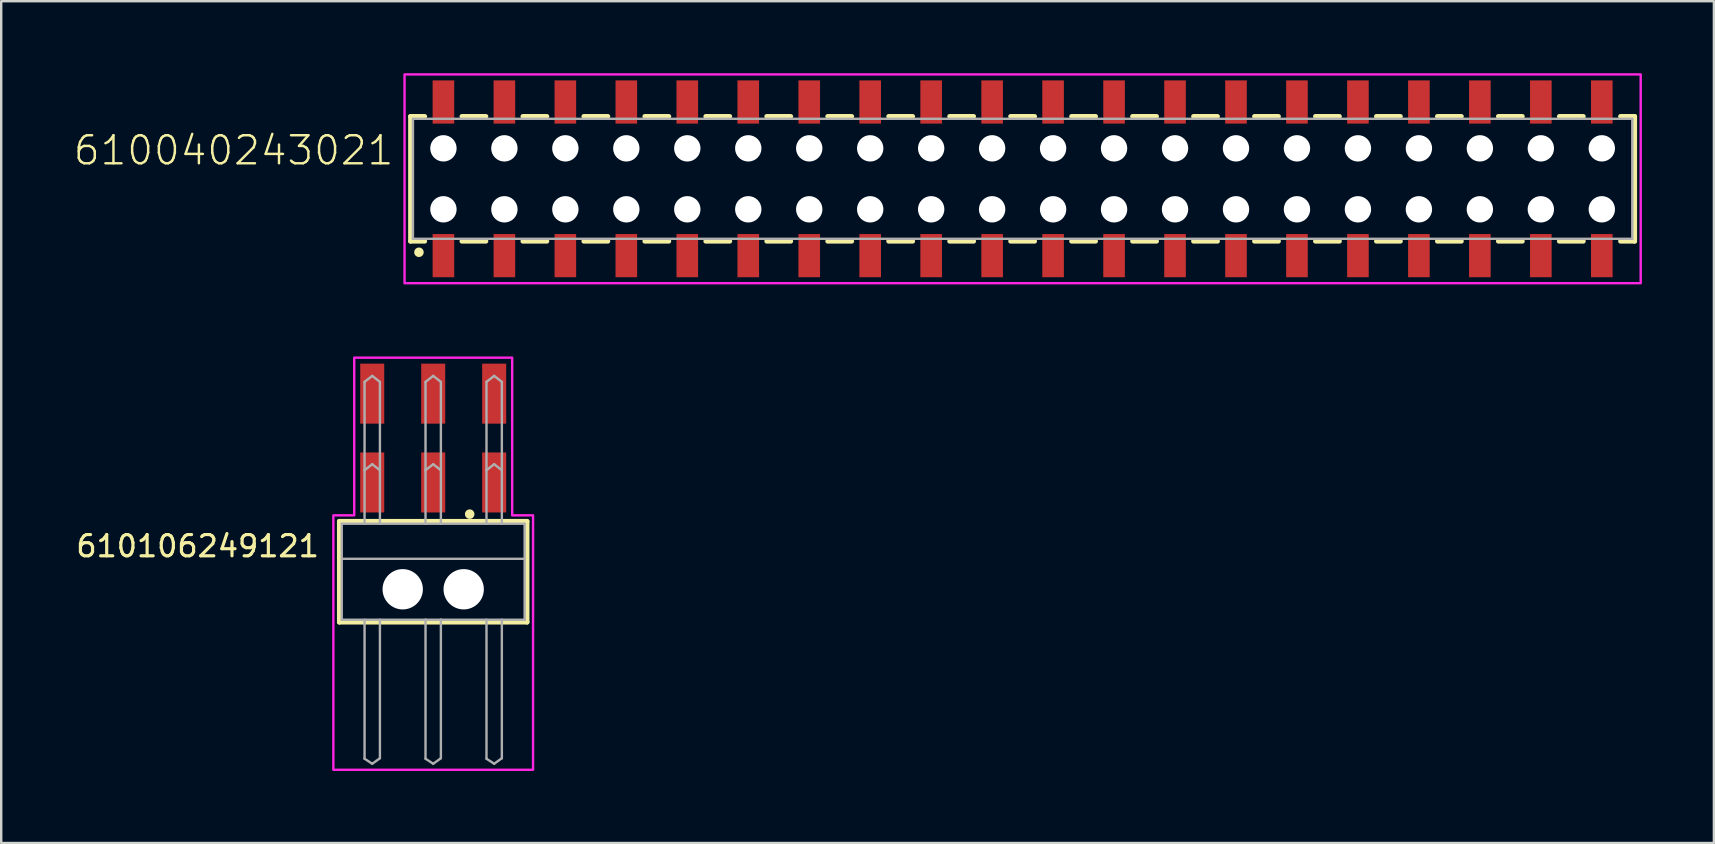
<source format=kicad_pcb>
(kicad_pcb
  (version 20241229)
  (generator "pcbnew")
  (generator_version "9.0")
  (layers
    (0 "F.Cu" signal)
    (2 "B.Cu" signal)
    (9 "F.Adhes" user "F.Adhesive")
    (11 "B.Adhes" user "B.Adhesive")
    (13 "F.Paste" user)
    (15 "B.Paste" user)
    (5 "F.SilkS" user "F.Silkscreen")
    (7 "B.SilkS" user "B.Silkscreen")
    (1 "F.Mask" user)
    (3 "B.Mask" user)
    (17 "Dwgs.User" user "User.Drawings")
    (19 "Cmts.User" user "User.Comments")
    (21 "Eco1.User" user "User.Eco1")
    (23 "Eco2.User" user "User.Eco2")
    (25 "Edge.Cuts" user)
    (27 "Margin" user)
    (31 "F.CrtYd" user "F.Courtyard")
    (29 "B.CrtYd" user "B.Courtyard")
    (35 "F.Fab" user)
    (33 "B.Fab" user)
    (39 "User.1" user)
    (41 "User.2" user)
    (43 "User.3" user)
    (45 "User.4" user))
  (footprint "610040243021"
    (layer "F.Cu")
    (at 38.284 4.4)
    (property "Reference" "610040243021" (at -24.86 -0.5 0) (unlocked yes) (layer "F.SilkS") (effects (font (size 1.168 1.168) (thickness 0.102)) (justify right bottom)))
    (fp_line (start -24.23 -2.6) (end -24.23 2.6) (stroke (width 0.2) (type solid)) (layer "F.SilkS"))
    (fp_line (start -24.23 2.6) (end -23.64 2.6) (stroke (width 0.2) (type solid)) (layer "F.SilkS"))
    (fp_line (start -23.64 -2.6) (end -24.23 -2.6) (stroke (width 0.2) (type solid)) (layer "F.SilkS"))
    (fp_line (start -22.09 2.6) (end -21.09 2.6) (stroke (width 0.2) (type solid)) (layer "F.SilkS"))
    (fp_line (start -21.09 -2.6) (end -22.09 -2.6) (stroke (width 0.2) (type solid)) (layer "F.SilkS"))
    (fp_line (start -19.55 2.6) (end -18.55 2.6) (stroke (width 0.2) (type solid)) (layer "F.SilkS"))
    (fp_line (start -18.55 -2.6) (end -19.55 -2.6) (stroke (width 0.2) (type solid)) (layer "F.SilkS"))
    (fp_line (start -17.01 2.6) (end -16.01 2.6) (stroke (width 0.2) (type solid)) (layer "F.SilkS"))
    (fp_line (start -16.01 -2.6) (end -17.01 -2.6) (stroke (width 0.2) (type solid)) (layer "F.SilkS"))
    (fp_line (start -14.47 2.6) (end -13.47 2.6) (stroke (width 0.2) (type solid)) (layer "F.SilkS"))
    (fp_line (start -13.47 -2.6) (end -14.47 -2.6) (stroke (width 0.2) (type solid)) (layer "F.SilkS"))
    (fp_line (start -11.93 2.6) (end -10.93 2.6) (stroke (width 0.2) (type solid)) (layer "F.SilkS"))
    (fp_line (start -10.93 -2.6) (end -11.93 -2.6) (stroke (width 0.2) (type solid)) (layer "F.SilkS"))
    (fp_line (start -9.39 2.6) (end -8.39 2.6) (stroke (width 0.2) (type solid)) (layer "F.SilkS"))
    (fp_line (start -8.39 -2.6) (end -9.39 -2.6) (stroke (width 0.2) (type solid)) (layer "F.SilkS"))
    (fp_line (start -6.85 2.6) (end -5.85 2.6) (stroke (width 0.2) (type solid)) (layer "F.SilkS"))
    (fp_line (start -5.85 -2.6) (end -6.85 -2.6) (stroke (width 0.2) (type solid)) (layer "F.SilkS"))
    (fp_line (start -4.31 2.6) (end -3.31 2.6) (stroke (width 0.2) (type solid)) (layer "F.SilkS"))
    (fp_line (start -3.31 -2.6) (end -4.31 -2.6) (stroke (width 0.2) (type solid)) (layer "F.SilkS"))
    (fp_line (start -1.77 2.6) (end -0.77 2.6) (stroke (width 0.2) (type solid)) (layer "F.SilkS"))
    (fp_line (start -0.77 -2.6) (end -1.77 -2.6) (stroke (width 0.2) (type solid)) (layer "F.SilkS"))
    (fp_line (start 0.77 2.6) (end 1.77 2.6) (stroke (width 0.2) (type solid)) (layer "F.SilkS"))
    (fp_line (start 1.77 -2.6) (end 0.77 -2.6) (stroke (width 0.2) (type solid)) (layer "F.SilkS"))
    (fp_line (start 3.31 2.6) (end 4.31 2.6) (stroke (width 0.2) (type solid)) (layer "F.SilkS"))
    (fp_line (start 4.31 -2.6) (end 3.31 -2.6) (stroke (width 0.2) (type solid)) (layer "F.SilkS"))
    (fp_line (start 5.85 2.6) (end 6.85 2.6) (stroke (width 0.2) (type solid)) (layer "F.SilkS"))
    (fp_line (start 6.85 -2.6) (end 5.85 -2.6) (stroke (width 0.2) (type solid)) (layer "F.SilkS"))
    (fp_line (start 8.39 2.6) (end 9.39 2.6) (stroke (width 0.2) (type solid)) (layer "F.SilkS"))
    (fp_line (start 9.39 -2.6) (end 8.39 -2.6) (stroke (width 0.2) (type solid)) (layer "F.SilkS"))
    (fp_line (start 10.93 2.6) (end 11.93 2.6) (stroke (width 0.2) (type solid)) (layer "F.SilkS"))
    (fp_line (start 11.93 -2.6) (end 10.93 -2.6) (stroke (width 0.2) (type solid)) (layer "F.SilkS"))
    (fp_line (start 13.47 2.6) (end 14.47 2.6) (stroke (width 0.2) (type solid)) (layer "F.SilkS"))
    (fp_line (start 14.47 -2.6) (end 13.47 -2.6) (stroke (width 0.2) (type solid)) (layer "F.SilkS"))
    (fp_line (start 16.01 2.6) (end 17.01 2.6) (stroke (width 0.2) (type solid)) (layer "F.SilkS"))
    (fp_line (start 17.01 -2.6) (end 16.01 -2.6) (stroke (width 0.2) (type solid)) (layer "F.SilkS"))
    (fp_line (start 18.55 2.6) (end 19.55 2.6) (stroke (width 0.2) (type solid)) (layer "F.SilkS"))
    (fp_line (start 19.55 -2.6) (end 18.55 -2.6) (stroke (width 0.2) (type solid)) (layer "F.SilkS"))
    (fp_line (start 21.09 2.6) (end 22.09 2.6) (stroke (width 0.2) (type solid)) (layer "F.SilkS"))
    (fp_line (start 22.09 -2.6) (end 21.09 -2.6) (stroke (width 0.2) (type solid)) (layer "F.SilkS"))
    (fp_line (start 23.63 2.6) (end 24.63 2.6) (stroke (width 0.2) (type solid)) (layer "F.SilkS"))
    (fp_line (start 24.63 -2.6) (end 23.63 -2.6) (stroke (width 0.2) (type solid)) (layer "F.SilkS"))
    (fp_line (start 26.18 -2.6) (end 26.77 -2.6) (stroke (width 0.2) (type solid)) (layer "F.SilkS"))
    (fp_line (start 26.77 -2.6) (end 26.77 2.6) (stroke (width 0.2) (type solid)) (layer "F.SilkS"))
    (fp_line (start 26.77 2.6) (end 26.18 2.6) (stroke (width 0.2) (type solid)) (layer "F.SilkS"))
    (fp_circle (center -23.88 3.06) (end -23.78 3.06) (stroke (width 0.2) (type solid)) (fill no) (layer "F.SilkS"))
    (fp_poly (pts (xy 27.02 4.35) (xy -24.48 4.35) (xy -24.48 -4.35) (xy 27.02 -4.35)) (stroke (width 0.1) (type default)) (fill no) (layer "F.CrtYd"))
    (fp_line (start -24.13 -2.5) (end -24.13 2.5) (stroke (width 0.1) (type solid)) (layer "F.Fab"))
    (fp_line (start -24.13 -2.5) (end 26.67 -2.5) (stroke (width 0.1) (type solid)) (layer "F.Fab"))
    (fp_line (start -24.13 2.5) (end 26.67 2.5) (stroke (width 0.1) (type solid)) (layer "F.Fab"))
    (fp_line (start 26.67 2.5) (end 26.67 -2.5) (stroke (width 0.1) (type solid)) (layer "F.Fab"))
    (pad "" np_thru_hole circle (at -22.86 -1.27) (size 1.1 1.1) (drill 1.1) (layers "*.Cu" "*.Mask"))
    (pad "" np_thru_hole circle (at -22.86 1.27) (size 1.1 1.1) (drill 1.1) (layers "*.Cu" "*.Mask"))
    (pad "" np_thru_hole circle (at -20.32 -1.27) (size 1.1 1.1) (drill 1.1) (layers "*.Cu" "*.Mask"))
    (pad "" np_thru_hole circle (at -20.32 1.27) (size 1.1 1.1) (drill 1.1) (layers "*.Cu" "*.Mask"))
    (pad "" np_thru_hole circle (at -17.78 -1.27) (size 1.1 1.1) (drill 1.1) (layers "*.Cu" "*.Mask"))
    (pad "" np_thru_hole circle (at -17.78 1.27) (size 1.1 1.1) (drill 1.1) (layers "*.Cu" "*.Mask"))
    (pad "" np_thru_hole circle (at -15.24 -1.27) (size 1.1 1.1) (drill 1.1) (layers "*.Cu" "*.Mask"))
    (pad "" np_thru_hole circle (at -15.24 1.27) (size 1.1 1.1) (drill 1.1) (layers "*.Cu" "*.Mask"))
    (pad "" np_thru_hole circle (at -12.7 -1.27) (size 1.1 1.1) (drill 1.1) (layers "*.Cu" "*.Mask"))
    (pad "" np_thru_hole circle (at -12.7 1.27) (size 1.1 1.1) (drill 1.1) (layers "*.Cu" "*.Mask"))
    (pad "" np_thru_hole circle (at -10.16 -1.27) (size 1.1 1.1) (drill 1.1) (layers "*.Cu" "*.Mask"))
    (pad "" np_thru_hole circle (at -10.16 1.27) (size 1.1 1.1) (drill 1.1) (layers "*.Cu" "*.Mask"))
    (pad "" np_thru_hole circle (at -7.62 -1.27) (size 1.1 1.1) (drill 1.1) (layers "*.Cu" "*.Mask"))
    (pad "" np_thru_hole circle (at -7.62 1.27) (size 1.1 1.1) (drill 1.1) (layers "*.Cu" "*.Mask"))
    (pad "" np_thru_hole circle (at -5.08 -1.27) (size 1.1 1.1) (drill 1.1) (layers "*.Cu" "*.Mask"))
    (pad "" np_thru_hole circle (at -5.08 1.27) (size 1.1 1.1) (drill 1.1) (layers "*.Cu" "*.Mask"))
    (pad "" np_thru_hole circle (at -2.54 -1.27) (size 1.1 1.1) (drill 1.1) (layers "*.Cu" "*.Mask"))
    (pad "" np_thru_hole circle (at -2.54 1.27) (size 1.1 1.1) (drill 1.1) (layers "*.Cu" "*.Mask"))
    (pad "" np_thru_hole circle (at 0 -1.27) (size 1.1 1.1) (drill 1.1) (layers "*.Cu" "*.Mask"))
    (pad "" np_thru_hole circle (at 0 1.27) (size 1.1 1.1) (drill 1.1) (layers "*.Cu" "*.Mask"))
    (pad "" np_thru_hole circle (at 2.54 -1.27) (size 1.1 1.1) (drill 1.1) (layers "*.Cu" "*.Mask"))
    (pad "" np_thru_hole circle (at 2.54 1.27) (size 1.1 1.1) (drill 1.1) (layers "*.Cu" "*.Mask"))
    (pad "" np_thru_hole circle (at 5.08 -1.27) (size 1.1 1.1) (drill 1.1) (layers "*.Cu" "*.Mask"))
    (pad "" np_thru_hole circle (at 5.08 1.27) (size 1.1 1.1) (drill 1.1) (layers "*.Cu" "*.Mask"))
    (pad "" np_thru_hole circle (at 7.62 -1.27) (size 1.1 1.1) (drill 1.1) (layers "*.Cu" "*.Mask"))
    (pad "" np_thru_hole circle (at 7.62 1.27) (size 1.1 1.1) (drill 1.1) (layers "*.Cu" "*.Mask"))
    (pad "" np_thru_hole circle (at 10.16 -1.27) (size 1.1 1.1) (drill 1.1) (layers "*.Cu" "*.Mask"))
    (pad "" np_thru_hole circle (at 10.16 1.27) (size 1.1 1.1) (drill 1.1) (layers "*.Cu" "*.Mask"))
    (pad "" np_thru_hole circle (at 12.7 -1.27) (size 1.1 1.1) (drill 1.1) (layers "*.Cu" "*.Mask"))
    (pad "" np_thru_hole circle (at 12.7 1.27) (size 1.1 1.1) (drill 1.1) (layers "*.Cu" "*.Mask"))
    (pad "" np_thru_hole circle (at 15.24 -1.27) (size 1.1 1.1) (drill 1.1) (layers "*.Cu" "*.Mask"))
    (pad "" np_thru_hole circle (at 15.24 1.27) (size 1.1 1.1) (drill 1.1) (layers "*.Cu" "*.Mask"))
    (pad "" np_thru_hole circle (at 17.78 -1.27) (size 1.1 1.1) (drill 1.1) (layers "*.Cu" "*.Mask"))
    (pad "" np_thru_hole circle (at 17.78 1.27) (size 1.1 1.1) (drill 1.1) (layers "*.Cu" "*.Mask"))
    (pad "" np_thru_hole circle (at 20.32 -1.27) (size 1.1 1.1) (drill 1.1) (layers "*.Cu" "*.Mask"))
    (pad "" np_thru_hole circle (at 20.32 1.27) (size 1.1 1.1) (drill 1.1) (layers "*.Cu" "*.Mask"))
    (pad "" np_thru_hole circle (at 22.86 -1.27) (size 1.1 1.1) (drill 1.1) (layers "*.Cu" "*.Mask"))
    (pad "" np_thru_hole circle (at 22.86 1.27) (size 1.1 1.1) (drill 1.1) (layers "*.Cu" "*.Mask"))
    (pad "" np_thru_hole circle (at 25.4 -1.27) (size 1.1 1.1) (drill 1.1) (layers "*.Cu" "*.Mask"))
    (pad "" np_thru_hole circle (at 25.4 1.27) (size 1.1 1.1) (drill 1.1) (layers "*.Cu" "*.Mask"))
    (pad "1" smd rect (at -22.86 3.2 90) (size 1.8 0.9) (layers "F.Cu" "F.Mask" "F.Paste"))
    (pad "2" smd rect (at -22.86 -3.2 90) (size 1.8 0.9) (layers "F.Cu" "F.Mask" "F.Paste"))
    (pad "3" smd rect (at -20.32 3.2 90) (size 1.8 0.9) (layers "F.Cu" "F.Mask" "F.Paste"))
    (pad "4" smd rect (at -20.32 -3.2 90) (size 1.8 0.9) (layers "F.Cu" "F.Mask" "F.Paste"))
    (pad "5" smd rect (at -17.78 3.2 90) (size 1.8 0.9) (layers "F.Cu" "F.Mask" "F.Paste"))
    (pad "6" smd rect (at -17.78 -3.2 90) (size 1.8 0.9) (layers "F.Cu" "F.Mask" "F.Paste"))
    (pad "7" smd rect (at -15.24 3.2 90) (size 1.8 0.9) (layers "F.Cu" "F.Mask" "F.Paste"))
    (pad "8" smd rect (at -15.24 -3.2 90) (size 1.8 0.9) (layers "F.Cu" "F.Mask" "F.Paste"))
    (pad "9" smd rect (at -12.7 3.2 90) (size 1.8 0.9) (layers "F.Cu" "F.Mask" "F.Paste"))
    (pad "10" smd rect (at -12.7 -3.2 90) (size 1.8 0.9) (layers "F.Cu" "F.Mask" "F.Paste"))
    (pad "11" smd rect (at -10.16 3.2 90) (size 1.8 0.9) (layers "F.Cu" "F.Mask" "F.Paste"))
    (pad "12" smd rect (at -10.16 -3.2 90) (size 1.8 0.9) (layers "F.Cu" "F.Mask" "F.Paste"))
    (pad "13" smd rect (at -7.62 3.2 90) (size 1.8 0.9) (layers "F.Cu" "F.Mask" "F.Paste"))
    (pad "14" smd rect (at -7.62 -3.2 90) (size 1.8 0.9) (layers "F.Cu" "F.Mask" "F.Paste"))
    (pad "15" smd rect (at -5.08 3.2 90) (size 1.8 0.9) (layers "F.Cu" "F.Mask" "F.Paste"))
    (pad "16" smd rect (at -5.08 -3.2 90) (size 1.8 0.9) (layers "F.Cu" "F.Mask" "F.Paste"))
    (pad "17" smd rect (at -2.54 3.2 90) (size 1.8 0.9) (layers "F.Cu" "F.Mask" "F.Paste"))
    (pad "18" smd rect (at -2.54 -3.2 90) (size 1.8 0.9) (layers "F.Cu" "F.Mask" "F.Paste"))
    (pad "19" smd rect (at 0 3.2 90) (size 1.8 0.9) (layers "F.Cu" "F.Mask" "F.Paste"))
    (pad "20" smd rect (at 0 -3.2 90) (size 1.8 0.9) (layers "F.Cu" "F.Mask" "F.Paste"))
    (pad "21" smd rect (at 2.54 3.2 90) (size 1.8 0.9) (layers "F.Cu" "F.Mask" "F.Paste"))
    (pad "22" smd rect (at 2.54 -3.2 90) (size 1.8 0.9) (layers "F.Cu" "F.Mask" "F.Paste"))
    (pad "23" smd rect (at 5.08 3.2 90) (size 1.8 0.9) (layers "F.Cu" "F.Mask" "F.Paste"))
    (pad "24" smd rect (at 5.08 -3.2 90) (size 1.8 0.9) (layers "F.Cu" "F.Mask" "F.Paste"))
    (pad "25" smd rect (at 7.62 3.2 90) (size 1.8 0.9) (layers "F.Cu" "F.Mask" "F.Paste"))
    (pad "26" smd rect (at 7.62 -3.2 90) (size 1.8 0.9) (layers "F.Cu" "F.Mask" "F.Paste"))
    (pad "27" smd rect (at 10.16 3.2 90) (size 1.8 0.9) (layers "F.Cu" "F.Mask" "F.Paste"))
    (pad "28" smd rect (at 10.16 -3.2 90) (size 1.8 0.9) (layers "F.Cu" "F.Mask" "F.Paste"))
    (pad "29" smd rect (at 12.7 3.2 90) (size 1.8 0.9) (layers "F.Cu" "F.Mask" "F.Paste"))
    (pad "30" smd rect (at 12.7 -3.2 90) (size 1.8 0.9) (layers "F.Cu" "F.Mask" "F.Paste"))
    (pad "31" smd rect (at 15.24 3.2 90) (size 1.8 0.9) (layers "F.Cu" "F.Mask" "F.Paste"))
    (pad "32" smd rect (at 15.24 -3.2 90) (size 1.8 0.9) (layers "F.Cu" "F.Mask" "F.Paste"))
    (pad "33" smd rect (at 17.78 3.2 90) (size 1.8 0.9) (layers "F.Cu" "F.Mask" "F.Paste"))
    (pad "34" smd rect (at 17.78 -3.2 90) (size 1.8 0.9) (layers "F.Cu" "F.Mask" "F.Paste"))
    (pad "35" smd rect (at 20.32 3.2 90) (size 1.8 0.9) (layers "F.Cu" "F.Mask" "F.Paste"))
    (pad "36" smd rect (at 20.32 -3.2 90) (size 1.8 0.9) (layers "F.Cu" "F.Mask" "F.Paste"))
    (pad "37" smd rect (at 22.86 3.2 90) (size 1.8 0.9) (layers "F.Cu" "F.Mask" "F.Paste"))
    (pad "38" smd rect (at 22.86 -3.2 90) (size 1.8 0.9) (layers "F.Cu" "F.Mask" "F.Paste"))
    (pad "39" smd rect (at 25.4 3.2 90) (size 1.8 0.9) (layers "F.Cu" "F.Mask" "F.Paste"))
    (pad "40" smd rect (at 25.4 -3.2 90) (size 1.8 0.9) (layers "F.Cu" "F.Mask" "F.Paste")))
  (footprint "610106249121"
    (layer "F.Cu")
    (at 14.998 21.5)
    (property "Reference" "610106249121" (at -4.676 -1.28 0) (unlocked yes) (layer "F.SilkS") (effects (font (size 0.884 0.884) (thickness 0.132)) (justify right bottom)))
    (fp_line (start -3.91 -2.83) (end 3.91 -2.83) (stroke (width 0.2) (type solid)) (layer "F.SilkS"))
    (fp_line (start -3.91 1.37) (end -3.91 -2.83) (stroke (width 0.2) (type solid)) (layer "F.SilkS"))
    (fp_line (start 3.91 -2.83) (end 3.91 1.37) (stroke (width 0.2) (type solid)) (layer "F.SilkS"))
    (fp_line (start 3.91 1.37) (end -3.91 1.37) (stroke (width 0.2) (type solid)) (layer "F.SilkS"))
    (fp_circle (center 1.52 -3.13) (end 1.62 -3.13) (stroke (width 0.2) (type solid)) (fill no) (layer "F.SilkS"))
    (fp_poly (pts (xy 3.29 -3.08) (xy 4.16 -3.08) (xy 4.16 7.52) (xy -4.16 7.52) (xy -4.16 -3.08) (xy -3.29 -3.08) (xy -3.29 -9.65) (xy 3.29 -9.65)) (stroke (width 0.1) (type default)) (fill no) (layer "F.CrtYd"))
    (fp_line (start -3.81 -2.73) (end -3.81 1.27) (stroke (width 0.1) (type solid)) (layer "F.Fab"))
    (fp_line (start -3.8 -1.27) (end 3.8 -1.27) (stroke (width 0.1) (type solid)) (layer "F.Fab"))
    (fp_line (start -2.86 -4.96) (end -2.86 -8.64) (stroke (width 0.1) (type solid)) (layer "F.Fab"))
    (fp_line (start -2.86 -2.73) (end -2.86 -4.96) (stroke (width 0.1) (type solid)) (layer "F.Fab"))
    (fp_line (start -2.86 1.27) (end -2.86 7.06) (stroke (width 0.1) (type solid)) (layer "F.Fab"))
    (fp_line (start -2.86 7.06) (end -2.54 7.27) (stroke (width 0.1) (type solid)) (layer "F.Fab"))
    (fp_line (start -2.54 -8.89) (end -2.86 -8.64) (stroke (width 0.1) (type solid)) (layer "F.Fab"))
    (fp_line (start -2.54 -8.89) (end -2.22 -8.64) (stroke (width 0.1) (type solid)) (layer "F.Fab"))
    (fp_line (start -2.54 -5.21) (end -2.86 -4.96) (stroke (width 0.1) (type solid)) (layer "F.Fab"))
    (fp_line (start -2.54 -5.21) (end -2.22 -4.96) (stroke (width 0.1) (type solid)) (layer "F.Fab"))
    (fp_line (start -2.54 7.27) (end -2.22 7.04) (stroke (width 0.1) (type solid)) (layer "F.Fab"))
    (fp_line (start -2.22 -8.64) (end -2.22 -4.96) (stroke (width 0.1) (type solid)) (layer "F.Fab"))
    (fp_line (start -2.22 -4.96) (end -2.22 -2.73) (stroke (width 0.1) (type solid)) (layer "F.Fab"))
    (fp_line (start -2.22 7.04) (end -2.22 1.27) (stroke (width 0.1) (type solid)) (layer "F.Fab"))
    (fp_line (start -0.32 -4.96) (end -0.32 -8.64) (stroke (width 0.1) (type solid)) (layer "F.Fab"))
    (fp_line (start -0.32 -2.73) (end -3.81 -2.73) (stroke (width 0.1) (type solid)) (layer "F.Fab"))
    (fp_line (start -0.32 -2.73) (end -0.32 -4.96) (stroke (width 0.1) (type solid)) (layer "F.Fab"))
    (fp_line (start -0.32 1.27) (end -3.81 1.27) (stroke (width 0.1) (type solid)) (layer "F.Fab"))
    (fp_line (start -0.32 1.27) (end -0.32 7.06) (stroke (width 0.1) (type solid)) (layer "F.Fab"))
    (fp_line (start -0.32 7.06) (end 0 7.27) (stroke (width 0.1) (type solid)) (layer "F.Fab"))
    (fp_line (start 0 -8.89) (end -0.32 -8.64) (stroke (width 0.1) (type solid)) (layer "F.Fab"))
    (fp_line (start 0 -8.89) (end 0.32 -8.64) (stroke (width 0.1) (type solid)) (layer "F.Fab"))
    (fp_line (start 0 -5.21) (end -0.32 -4.96) (stroke (width 0.1) (type solid)) (layer "F.Fab"))
    (fp_line (start 0 -5.21) (end 0.32 -4.96) (stroke (width 0.1) (type solid)) (layer "F.Fab"))
    (fp_line (start 0 7.27) (end 0.32 7.04) (stroke (width 0.1) (type solid)) (layer "F.Fab"))
    (fp_line (start 0.32 -8.64) (end 0.32 -4.96) (stroke (width 0.1) (type solid)) (layer "F.Fab"))
    (fp_line (start 0.32 -4.96) (end 0.32 -2.73) (stroke (width 0.1) (type solid)) (layer "F.Fab"))
    (fp_line (start 0.32 -2.73) (end -0.32 -2.73) (stroke (width 0.1) (type solid)) (layer "F.Fab"))
    (fp_line (start 0.32 1.27) (end -0.32 1.27) (stroke (width 0.1) (type solid)) (layer "F.Fab"))
    (fp_line (start 0.32 7.04) (end 0.32 1.27) (stroke (width 0.1) (type solid)) (layer "F.Fab"))
    (fp_line (start 2.22 -4.96) (end 2.22 -8.64) (stroke (width 0.1) (type solid)) (layer "F.Fab"))
    (fp_line (start 2.22 -2.73) (end 2.22 -4.96) (stroke (width 0.1) (type solid)) (layer "F.Fab"))
    (fp_line (start 2.22 1.27) (end 2.22 7.06) (stroke (width 0.1) (type solid)) (layer "F.Fab"))
    (fp_line (start 2.22 7.06) (end 2.54 7.27) (stroke (width 0.1) (type solid)) (layer "F.Fab"))
    (fp_line (start 2.54 -8.89) (end 2.22 -8.64) (stroke (width 0.1) (type solid)) (layer "F.Fab"))
    (fp_line (start 2.54 -8.89) (end 2.86 -8.64) (stroke (width 0.1) (type solid)) (layer "F.Fab"))
    (fp_line (start 2.54 -5.21) (end 2.22 -4.96) (stroke (width 0.1) (type solid)) (layer "F.Fab"))
    (fp_line (start 2.54 -5.21) (end 2.86 -4.96) (stroke (width 0.1) (type solid)) (layer "F.Fab"))
    (fp_line (start 2.54 7.27) (end 2.86 7.04) (stroke (width 0.1) (type solid)) (layer "F.Fab"))
    (fp_line (start 2.86 -8.64) (end 2.86 -4.96) (stroke (width 0.1) (type solid)) (layer "F.Fab"))
    (fp_line (start 2.86 -4.96) (end 2.86 -2.73) (stroke (width 0.1) (type solid)) (layer "F.Fab"))
    (fp_line (start 2.86 7.04) (end 2.86 1.27) (stroke (width 0.1) (type solid)) (layer "F.Fab"))
    (fp_line (start 3.81 -2.73) (end 0.32 -2.73) (stroke (width 0.1) (type solid)) (layer "F.Fab"))
    (fp_line (start 3.81 -2.73) (end 3.81 1.27) (stroke (width 0.1) (type solid)) (layer "F.Fab"))
    (fp_line (start 3.81 1.27) (end 0.32 1.27) (stroke (width 0.1) (type solid)) (layer "F.Fab"))
    (pad "" np_thru_hole circle (at -1.27 0) (size 1.68 1.68) (drill 1.68) (layers "*.Cu" "*.Mask"))
    (pad "" np_thru_hole circle (at 1.27 0) (size 1.68 1.68) (drill 1.68) (layers "*.Cu" "*.Mask"))
    (pad "1" smd rect (at 2.54 -4.45) (size 1 2.5) (layers "F.Cu" "F.Mask" "F.Paste"))
    (pad "2" smd rect (at 2.54 -8.15) (size 1 2.5) (layers "F.Cu" "F.Mask" "F.Paste"))
    (pad "3" smd rect (at 0 -4.45) (size 1 2.5) (layers "F.Cu" "F.Mask" "F.Paste"))
    (pad "4" smd rect (at 0 -8.15) (size 1 2.5) (layers "F.Cu" "F.Mask" "F.Paste"))
    (pad "5" smd rect (at -2.54 -4.45) (size 1 2.5) (layers "F.Cu" "F.Mask" "F.Paste"))
    (pad "6" smd rect (at -2.54 -8.15 180) (size 1 2.5) (layers "F.Cu" "F.Mask" "F.Paste")))
  (gr_rect
    (start -3 -3)
    (end 68.354 32.07)
    (stroke (width 0.1) (type default))
    (fill no)
    (layer "Edge.Cuts")))
</source>
